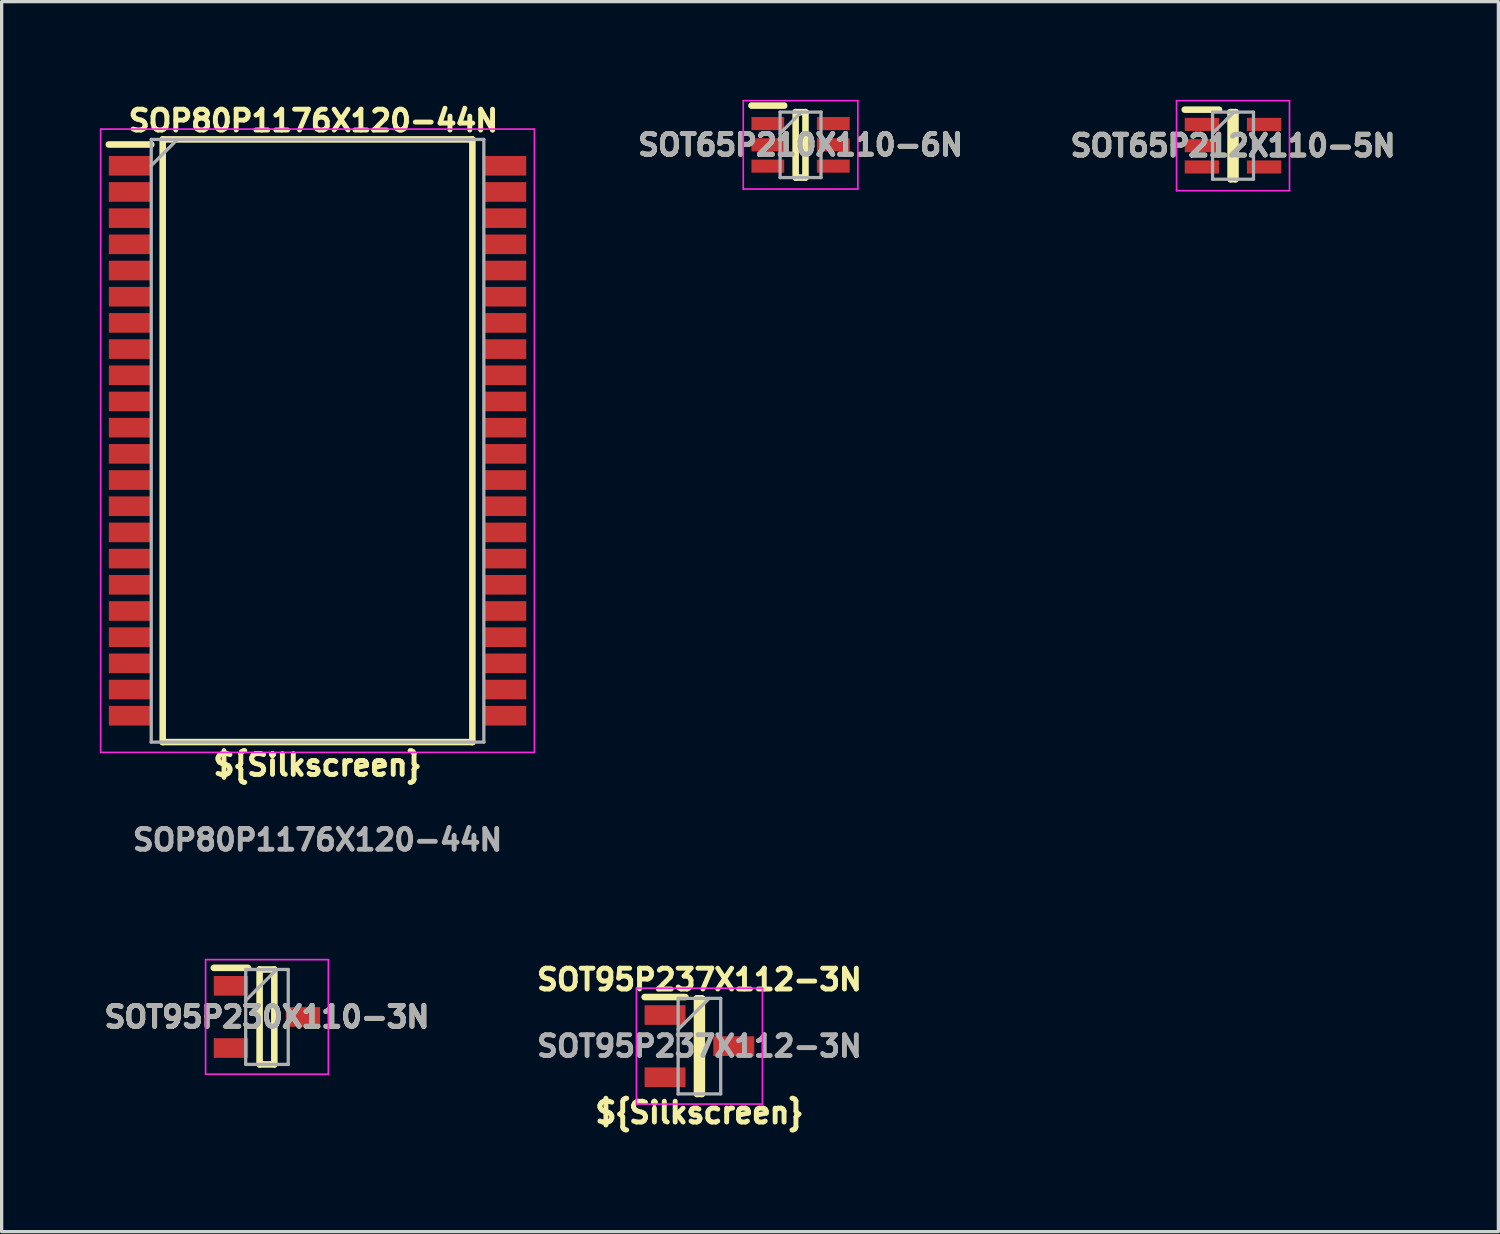
<source format=kicad_pcb>
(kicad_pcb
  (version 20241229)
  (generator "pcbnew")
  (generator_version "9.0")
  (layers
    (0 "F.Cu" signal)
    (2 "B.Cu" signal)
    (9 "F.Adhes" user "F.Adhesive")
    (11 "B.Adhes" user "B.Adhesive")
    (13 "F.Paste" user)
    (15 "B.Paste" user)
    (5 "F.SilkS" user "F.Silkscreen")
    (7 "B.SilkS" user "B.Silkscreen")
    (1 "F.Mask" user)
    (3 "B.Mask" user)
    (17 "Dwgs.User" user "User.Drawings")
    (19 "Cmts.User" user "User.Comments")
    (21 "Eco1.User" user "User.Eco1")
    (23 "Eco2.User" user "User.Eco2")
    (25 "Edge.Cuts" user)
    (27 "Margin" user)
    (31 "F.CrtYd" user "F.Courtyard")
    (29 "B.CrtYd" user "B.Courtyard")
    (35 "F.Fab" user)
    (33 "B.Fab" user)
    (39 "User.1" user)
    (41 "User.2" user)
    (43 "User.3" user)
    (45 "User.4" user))
  (footprint "SOT65P212X110-5N"
    (layer "F.Cu")
    (at 34.616 1.4)
    (property "Reference" "SOT65P212X110-5N" (at 0 0 0) (layer "F.SilkS") (effects (font (size 0.635 0.635) (thickness 0.15))))
    (attr smd)
    (fp_line (start -1.475 -1.1) (end -0.425 -1.1) (stroke (width 0.2) (type solid)) (layer "F.SilkS"))
    (fp_line (start -0.075 -1.025) (end 0.075 -1.025) (stroke (width 0.2) (type solid)) (layer "F.SilkS"))
    (fp_line (start -0.075 1.025) (end -0.075 -1.025) (stroke (width 0.2) (type solid)) (layer "F.SilkS"))
    (fp_line (start 0.075 -1.025) (end 0.075 1.025) (stroke (width 0.2) (type solid)) (layer "F.SilkS"))
    (fp_line (start 0.075 1.025) (end -0.075 1.025) (stroke (width 0.2) (type solid)) (layer "F.SilkS"))
    (fp_line (start -1.725 -1.375) (end 1.725 -1.375) (stroke (width 0.05) (type solid)) (layer "F.CrtYd"))
    (fp_line (start -1.725 1.375) (end -1.725 -1.375) (stroke (width 0.05) (type solid)) (layer "F.CrtYd"))
    (fp_line (start 1.725 -1.375) (end 1.725 1.375) (stroke (width 0.05) (type solid)) (layer "F.CrtYd"))
    (fp_line (start 1.725 1.375) (end -1.725 1.375) (stroke (width 0.05) (type solid)) (layer "F.CrtYd"))
    (fp_line (start -0.625 -1.025) (end 0.625 -1.025) (stroke (width 0.1) (type solid)) (layer "F.Fab"))
    (fp_line (start -0.625 -0.375) (end 0.025 -1.025) (stroke (width 0.1) (type solid)) (layer "F.Fab"))
    (fp_line (start -0.625 1.025) (end -0.625 -1.025) (stroke (width 0.1) (type solid)) (layer "F.Fab"))
    (fp_line (start 0.625 -1.025) (end 0.625 1.025) (stroke (width 0.1) (type solid)) (layer "F.Fab"))
    (fp_line (start 0.625 1.025) (end -0.625 1.025) (stroke (width 0.1) (type solid)) (layer "F.Fab"))
    (fp_text user "${REFERENCE}" (at 0 0 0) (layer "F.Fab") (effects (font (size 0.635 0.635) (thickness 0.15))))
    (pad "1" smd rect (at -0.95 -0.65 90) (size 0.4 1.05) (layers "F.Cu" "F.Mask" "F.Paste"))
    (pad "2" smd rect (at -0.95 0 90) (size 0.4 1.05) (layers "F.Cu" "F.Mask" "F.Paste"))
    (pad "3" smd rect (at -0.95 0.65 90) (size 0.4 1.05) (layers "F.Cu" "F.Mask" "F.Paste"))
    (pad "4" smd rect (at 0.95 0.65 90) (size 0.4 1.05) (layers "F.Cu" "F.Mask" "F.Paste"))
    (pad "5" smd rect (at 0.95 -0.65 90) (size 0.4 1.05) (layers "F.Cu" "F.Mask" "F.Paste")))
  (footprint "SOT65P210X110-6N"
    (layer "F.Cu")
    (at 21.405 1.375)
    (property "Reference" "SOT65P210X110-6N" (at 0 0 0) (layer "F.SilkS") (effects (font (size 0.635 0.635) (thickness 0.15))))
    (attr smd)
    (fp_line (start -1.5 -1.2) (end -0.5 -1.2) (stroke (width 0.2) (type solid)) (layer "F.SilkS"))
    (fp_line (start -0.15 -1) (end 0.15 -1) (stroke (width 0.2) (type solid)) (layer "F.SilkS"))
    (fp_line (start -0.15 1) (end -0.15 -1) (stroke (width 0.2) (type solid)) (layer "F.SilkS"))
    (fp_line (start 0.15 -1) (end 0.15 1) (stroke (width 0.2) (type solid)) (layer "F.SilkS"))
    (fp_line (start 0.15 1) (end -0.15 1) (stroke (width 0.2) (type solid)) (layer "F.SilkS"))
    (fp_line (start -1.75 -1.35) (end 1.75 -1.35) (stroke (width 0.05) (type solid)) (layer "F.CrtYd"))
    (fp_line (start -1.75 1.35) (end -1.75 -1.35) (stroke (width 0.05) (type solid)) (layer "F.CrtYd"))
    (fp_line (start 1.75 -1.35) (end 1.75 1.35) (stroke (width 0.05) (type solid)) (layer "F.CrtYd"))
    (fp_line (start 1.75 1.35) (end -1.75 1.35) (stroke (width 0.05) (type solid)) (layer "F.CrtYd"))
    (fp_line (start -0.625 -1) (end 0.625 -1) (stroke (width 0.1) (type solid)) (layer "F.Fab"))
    (fp_line (start -0.625 -0.35) (end 0.025 -1) (stroke (width 0.1) (type solid)) (layer "F.Fab"))
    (fp_line (start -0.625 1) (end -0.625 -1) (stroke (width 0.1) (type solid)) (layer "F.Fab"))
    (fp_line (start 0.625 -1) (end 0.625 1) (stroke (width 0.1) (type solid)) (layer "F.Fab"))
    (fp_line (start 0.625 1) (end -0.625 1) (stroke (width 0.1) (type solid)) (layer "F.Fab"))
    (fp_text user "${REFERENCE}" (at 0 0 0) (layer "F.Fab") (effects (font (size 0.635 0.635) (thickness 0.15))))
    (pad "1" smd rect (at -1 -0.65 90) (size 0.4 1) (layers "F.Cu" "F.Mask" "F.Paste"))
    (pad "2" smd rect (at -1 0 90) (size 0.4 1) (layers "F.Cu" "F.Mask" "F.Paste"))
    (pad "3" smd rect (at -1 0.65 90) (size 0.4 1) (layers "F.Cu" "F.Mask" "F.Paste"))
    (pad "4" smd rect (at 1 0.65 90) (size 0.4 1) (layers "F.Cu" "F.Mask" "F.Paste"))
    (pad "5" smd rect (at 1 0 90) (size 0.4 1) (layers "F.Cu" "F.Mask" "F.Paste"))
    (pad "6" smd rect (at 1 -0.65 90) (size 0.4 1) (layers "F.Cu" "F.Mask" "F.Paste")))
  (footprint "SOT95P230X110-3N"
    (layer "F.Cu")
    (at 5.105 28.015)
    (property "Reference" "SOT95P230X110-3N" (at 0 0 0) (layer "F.SilkS") (effects (font (size 0.635 0.635) (thickness 0.15))))
    (attr smd)
    (fp_line (start -1.625 -1.5) (end -0.575 -1.5) (stroke (width 0.2) (type solid)) (layer "F.SilkS"))
    (fp_line (start -0.225 -1.45) (end 0.225 -1.45) (stroke (width 0.2) (type solid)) (layer "F.SilkS"))
    (fp_line (start -0.225 1.45) (end -0.225 -1.45) (stroke (width 0.2) (type solid)) (layer "F.SilkS"))
    (fp_line (start 0.225 -1.45) (end 0.225 1.45) (stroke (width 0.2) (type solid)) (layer "F.SilkS"))
    (fp_line (start 0.225 1.45) (end -0.225 1.45) (stroke (width 0.2) (type solid)) (layer "F.SilkS"))
    (fp_line (start -1.875 -1.75) (end 1.875 -1.75) (stroke (width 0.05) (type solid)) (layer "F.CrtYd"))
    (fp_line (start -1.875 1.75) (end -1.875 -1.75) (stroke (width 0.05) (type solid)) (layer "F.CrtYd"))
    (fp_line (start 1.875 -1.75) (end 1.875 1.75) (stroke (width 0.05) (type solid)) (layer "F.CrtYd"))
    (fp_line (start 1.875 1.75) (end -1.875 1.75) (stroke (width 0.05) (type solid)) (layer "F.CrtYd"))
    (fp_line (start -0.65 -1.45) (end 0.65 -1.45) (stroke (width 0.1) (type solid)) (layer "F.Fab"))
    (fp_line (start -0.65 -0.5) (end 0.3 -1.45) (stroke (width 0.1) (type solid)) (layer "F.Fab"))
    (fp_line (start -0.65 1.45) (end -0.65 -1.45) (stroke (width 0.1) (type solid)) (layer "F.Fab"))
    (fp_line (start 0.65 -1.45) (end 0.65 1.45) (stroke (width 0.1) (type solid)) (layer "F.Fab"))
    (fp_line (start 0.65 1.45) (end -0.65 1.45) (stroke (width 0.1) (type solid)) (layer "F.Fab"))
    (fp_text user "${REFERENCE}" (at 0 0 0) (layer "F.Fab") (effects (font (size 0.635 0.635) (thickness 0.15))))
    (pad "1" smd rect (at -1.1 -0.95 90) (size 0.6 1.05) (layers "F.Cu" "F.Mask" "F.Paste"))
    (pad "2" smd rect (at -1.1 0.95 90) (size 0.6 1.05) (layers "F.Cu" "F.Mask" "F.Paste"))
    (pad "3" smd rect (at 1.1 0 90) (size 0.6 1.05) (layers "F.Cu" "F.Mask" "F.Paste")))
  (footprint "SOP80P1176X120-44N"
    (layer "F.Cu")
    (at 6.65 10.414)
    (property "Reference" "SOP80P1176X120-44N" (at -0.127 -9.779 0) (layer "F.SilkS") (effects (font (size 0.635 0.635) (thickness 0.15))))
    (property "Silkscreen" "${Silkscreen}" (at 0 9.906 0) (layer "F.SilkS") (effects (font (size 0.635 0.635) (thickness 0.15))))
    (attr smd)
    (fp_line (start -6.375 -9.05) (end -5.08 -9.05) (stroke (width 0.2) (type solid)) (layer "F.SilkS"))
    (fp_line (start -4.73 -9.205) (end 4.73 -9.205) (stroke (width 0.2) (type solid)) (layer "F.SilkS"))
    (fp_line (start -4.73 9.205) (end -4.73 -9.205) (stroke (width 0.2) (type solid)) (layer "F.SilkS"))
    (fp_line (start 4.73 -9.205) (end 4.73 9.205) (stroke (width 0.2) (type solid)) (layer "F.SilkS"))
    (fp_line (start 4.73 9.205) (end -4.73 9.205) (stroke (width 0.2) (type solid)) (layer "F.SilkS"))
    (fp_line (start -6.625 -9.52) (end 6.625 -9.52) (stroke (width 0.05) (type solid)) (layer "F.CrtYd"))
    (fp_line (start -6.625 9.52) (end -6.625 -9.52) (stroke (width 0.05) (type solid)) (layer "F.CrtYd"))
    (fp_line (start 6.625 -9.52) (end 6.625 9.52) (stroke (width 0.05) (type solid)) (layer "F.CrtYd"))
    (fp_line (start 6.625 9.52) (end -6.625 9.52) (stroke (width 0.05) (type solid)) (layer "F.CrtYd"))
    (fp_line (start -5.08 -9.205) (end 5.08 -9.205) (stroke (width 0.1) (type solid)) (layer "F.Fab"))
    (fp_line (start -5.08 -8.405) (end -4.28 -9.205) (stroke (width 0.1) (type solid)) (layer "F.Fab"))
    (fp_line (start -5.08 9.205) (end -5.08 -9.205) (stroke (width 0.1) (type solid)) (layer "F.Fab"))
    (fp_line (start 5.08 -9.205) (end 5.08 9.205) (stroke (width 0.1) (type solid)) (layer "F.Fab"))
    (fp_line (start 5.08 9.205) (end -5.08 9.205) (stroke (width 0.1) (type solid)) (layer "F.Fab"))
    (fp_text user "${REFERENCE}" (at 0 12.192 0) (layer "F.Fab") (effects (font (size 0.635 0.635) (thickness 0.15))))
    (pad "1" smd rect (at -5.728 -8.4 90) (size 0.6 1.295) (layers "F.Cu" "F.Mask" "F.Paste"))
    (pad "2" smd rect (at -5.728 -7.6 90) (size 0.6 1.295) (layers "F.Cu" "F.Mask" "F.Paste"))
    (pad "3" smd rect (at -5.728 -6.8 90) (size 0.6 1.295) (layers "F.Cu" "F.Mask" "F.Paste"))
    (pad "4" smd rect (at -5.728 -6 90) (size 0.6 1.295) (layers "F.Cu" "F.Mask" "F.Paste"))
    (pad "5" smd rect (at -5.728 -5.2 90) (size 0.6 1.295) (layers "F.Cu" "F.Mask" "F.Paste"))
    (pad "6" smd rect (at -5.728 -4.4 90) (size 0.6 1.295) (layers "F.Cu" "F.Mask" "F.Paste"))
    (pad "7" smd rect (at -5.728 -3.6 90) (size 0.6 1.295) (layers "F.Cu" "F.Mask" "F.Paste"))
    (pad "8" smd rect (at -5.728 -2.8 90) (size 0.6 1.295) (layers "F.Cu" "F.Mask" "F.Paste"))
    (pad "9" smd rect (at -5.728 -2 90) (size 0.6 1.295) (layers "F.Cu" "F.Mask" "F.Paste"))
    (pad "10" smd rect (at -5.728 -1.2 90) (size 0.6 1.295) (layers "F.Cu" "F.Mask" "F.Paste"))
    (pad "11" smd rect (at -5.728 -0.4 90) (size 0.6 1.295) (layers "F.Cu" "F.Mask" "F.Paste"))
    (pad "12" smd rect (at -5.728 0.4 90) (size 0.6 1.295) (layers "F.Cu" "F.Mask" "F.Paste"))
    (pad "13" smd rect (at -5.728 1.2 90) (size 0.6 1.295) (layers "F.Cu" "F.Mask" "F.Paste"))
    (pad "14" smd rect (at -5.728 2 90) (size 0.6 1.295) (layers "F.Cu" "F.Mask" "F.Paste"))
    (pad "15" smd rect (at -5.728 2.8 90) (size 0.6 1.295) (layers "F.Cu" "F.Mask" "F.Paste"))
    (pad "16" smd rect (at -5.728 3.6 90) (size 0.6 1.295) (layers "F.Cu" "F.Mask" "F.Paste"))
    (pad "17" smd rect (at -5.728 4.4 90) (size 0.6 1.295) (layers "F.Cu" "F.Mask" "F.Paste"))
    (pad "18" smd rect (at -5.728 5.2 90) (size 0.6 1.295) (layers "F.Cu" "F.Mask" "F.Paste"))
    (pad "19" smd rect (at -5.728 6 90) (size 0.6 1.295) (layers "F.Cu" "F.Mask" "F.Paste"))
    (pad "20" smd rect (at -5.728 6.8 90) (size 0.6 1.295) (layers "F.Cu" "F.Mask" "F.Paste"))
    (pad "21" smd rect (at -5.728 7.6 90) (size 0.6 1.295) (layers "F.Cu" "F.Mask" "F.Paste"))
    (pad "22" smd rect (at -5.728 8.4 90) (size 0.6 1.295) (layers "F.Cu" "F.Mask" "F.Paste"))
    (pad "23" smd rect (at 5.728 8.4 90) (size 0.6 1.295) (layers "F.Cu" "F.Mask" "F.Paste"))
    (pad "24" smd rect (at 5.728 7.6 90) (size 0.6 1.295) (layers "F.Cu" "F.Mask" "F.Paste"))
    (pad "25" smd rect (at 5.728 6.8 90) (size 0.6 1.295) (layers "F.Cu" "F.Mask" "F.Paste"))
    (pad "26" smd rect (at 5.728 6 90) (size 0.6 1.295) (layers "F.Cu" "F.Mask" "F.Paste"))
    (pad "27" smd rect (at 5.728 5.2 90) (size 0.6 1.295) (layers "F.Cu" "F.Mask" "F.Paste"))
    (pad "28" smd rect (at 5.728 4.4 90) (size 0.6 1.295) (layers "F.Cu" "F.Mask" "F.Paste"))
    (pad "29" smd rect (at 5.728 3.6 90) (size 0.6 1.295) (layers "F.Cu" "F.Mask" "F.Paste"))
    (pad "30" smd rect (at 5.728 2.8 90) (size 0.6 1.295) (layers "F.Cu" "F.Mask" "F.Paste"))
    (pad "31" smd rect (at 5.728 2 90) (size 0.6 1.295) (layers "F.Cu" "F.Mask" "F.Paste"))
    (pad "32" smd rect (at 5.728 1.2 90) (size 0.6 1.295) (layers "F.Cu" "F.Mask" "F.Paste"))
    (pad "33" smd rect (at 5.728 0.4 90) (size 0.6 1.295) (layers "F.Cu" "F.Mask" "F.Paste"))
    (pad "34" smd rect (at 5.728 -0.4 90) (size 0.6 1.295) (layers "F.Cu" "F.Mask" "F.Paste"))
    (pad "35" smd rect (at 5.728 -1.2 90) (size 0.6 1.295) (layers "F.Cu" "F.Mask" "F.Paste"))
    (pad "36" smd rect (at 5.728 -2 90) (size 0.6 1.295) (layers "F.Cu" "F.Mask" "F.Paste"))
    (pad "37" smd rect (at 5.728 -2.8 90) (size 0.6 1.295) (layers "F.Cu" "F.Mask" "F.Paste"))
    (pad "38" smd rect (at 5.728 -3.6 90) (size 0.6 1.295) (layers "F.Cu" "F.Mask" "F.Paste"))
    (pad "39" smd rect (at 5.728 -4.4 90) (size 0.6 1.295) (layers "F.Cu" "F.Mask" "F.Paste"))
    (pad "40" smd rect (at 5.728 -5.2 90) (size 0.6 1.295) (layers "F.Cu" "F.Mask" "F.Paste"))
    (pad "41" smd rect (at 5.728 -6 90) (size 0.6 1.295) (layers "F.Cu" "F.Mask" "F.Paste"))
    (pad "42" smd rect (at 5.728 -6.8 90) (size 0.6 1.295) (layers "F.Cu" "F.Mask" "F.Paste"))
    (pad "43" smd rect (at 5.728 -7.6 90) (size 0.6 1.295) (layers "F.Cu" "F.Mask" "F.Paste"))
    (pad "44" smd rect (at 5.728 -8.4 90) (size 0.6 1.295) (layers "F.Cu" "F.Mask" "F.Paste")))
  (footprint "SOT95P237X112-3N"
    (layer "F.Cu")
    (at 18.316 28.907)
    (property "Reference" "SOT95P237X112-3N" (at 0 -2.032 0) (layer "F.SilkS") (effects (font (size 0.635 0.635) (thickness 0.15))))
    (attr smd)
    (fp_line (start -1.675 -1.5) (end -0.425 -1.5) (stroke (width 0.2) (type solid)) (layer "F.SilkS"))
    (fp_line (start -0.075 -1.46) (end 0.075 -1.46) (stroke (width 0.2) (type solid)) (layer "F.SilkS"))
    (fp_line (start -0.075 1.46) (end -0.075 -1.46) (stroke (width 0.2) (type solid)) (layer "F.SilkS"))
    (fp_line (start 0.075 -1.46) (end 0.075 1.46) (stroke (width 0.2) (type solid)) (layer "F.SilkS"))
    (fp_line (start 0.075 1.46) (end -0.075 1.46) (stroke (width 0.2) (type solid)) (layer "F.SilkS"))
    (fp_line (start -1.925 -1.77) (end 1.925 -1.77) (stroke (width 0.05) (type solid)) (layer "F.CrtYd"))
    (fp_line (start -1.925 1.77) (end -1.925 -1.77) (stroke (width 0.05) (type solid)) (layer "F.CrtYd"))
    (fp_line (start 1.925 -1.77) (end 1.925 1.77) (stroke (width 0.05) (type solid)) (layer "F.CrtYd"))
    (fp_line (start 1.925 1.77) (end -1.925 1.77) (stroke (width 0.05) (type solid)) (layer "F.CrtYd"))
    (fp_line (start -0.65 -1.46) (end 0.65 -1.46) (stroke (width 0.1) (type solid)) (layer "F.Fab"))
    (fp_line (start -0.65 -0.51) (end 0.3 -1.46) (stroke (width 0.1) (type solid)) (layer "F.Fab"))
    (fp_line (start -0.65 1.46) (end -0.65 -1.46) (stroke (width 0.1) (type solid)) (layer "F.Fab"))
    (fp_line (start 0.65 -1.46) (end 0.65 1.46) (stroke (width 0.1) (type solid)) (layer "F.Fab"))
    (fp_line (start 0.65 1.46) (end -0.65 1.46) (stroke (width 0.1) (type solid)) (layer "F.Fab"))
    (fp_text user "${Silkscreen}" (at 0 2.032 0) (layer "F.SilkS") (effects (font (size 0.635 0.635) (thickness 0.15))))
    (fp_text user "${REFERENCE}" (at 0 0 0) (layer "F.Fab") (effects (font (size 0.635 0.635) (thickness 0.15))))
    (pad "1" smd rect (at -1.05 -0.95 90) (size 0.6 1.25) (layers "F.Cu" "F.Mask" "F.Paste"))
    (pad "2" smd rect (at -1.05 0.95 90) (size 0.6 1.25) (layers "F.Cu" "F.Mask" "F.Paste"))
    (pad "3" smd rect (at 1.05 0 90) (size 0.6 1.25) (layers "F.Cu" "F.Mask" "F.Paste")))
  (gr_rect
    (start -3 -3)
    (end 42.722 34.574)
    (stroke (width 0.1) (type default))
    (fill no)
    (layer "Edge.Cuts")))
</source>
